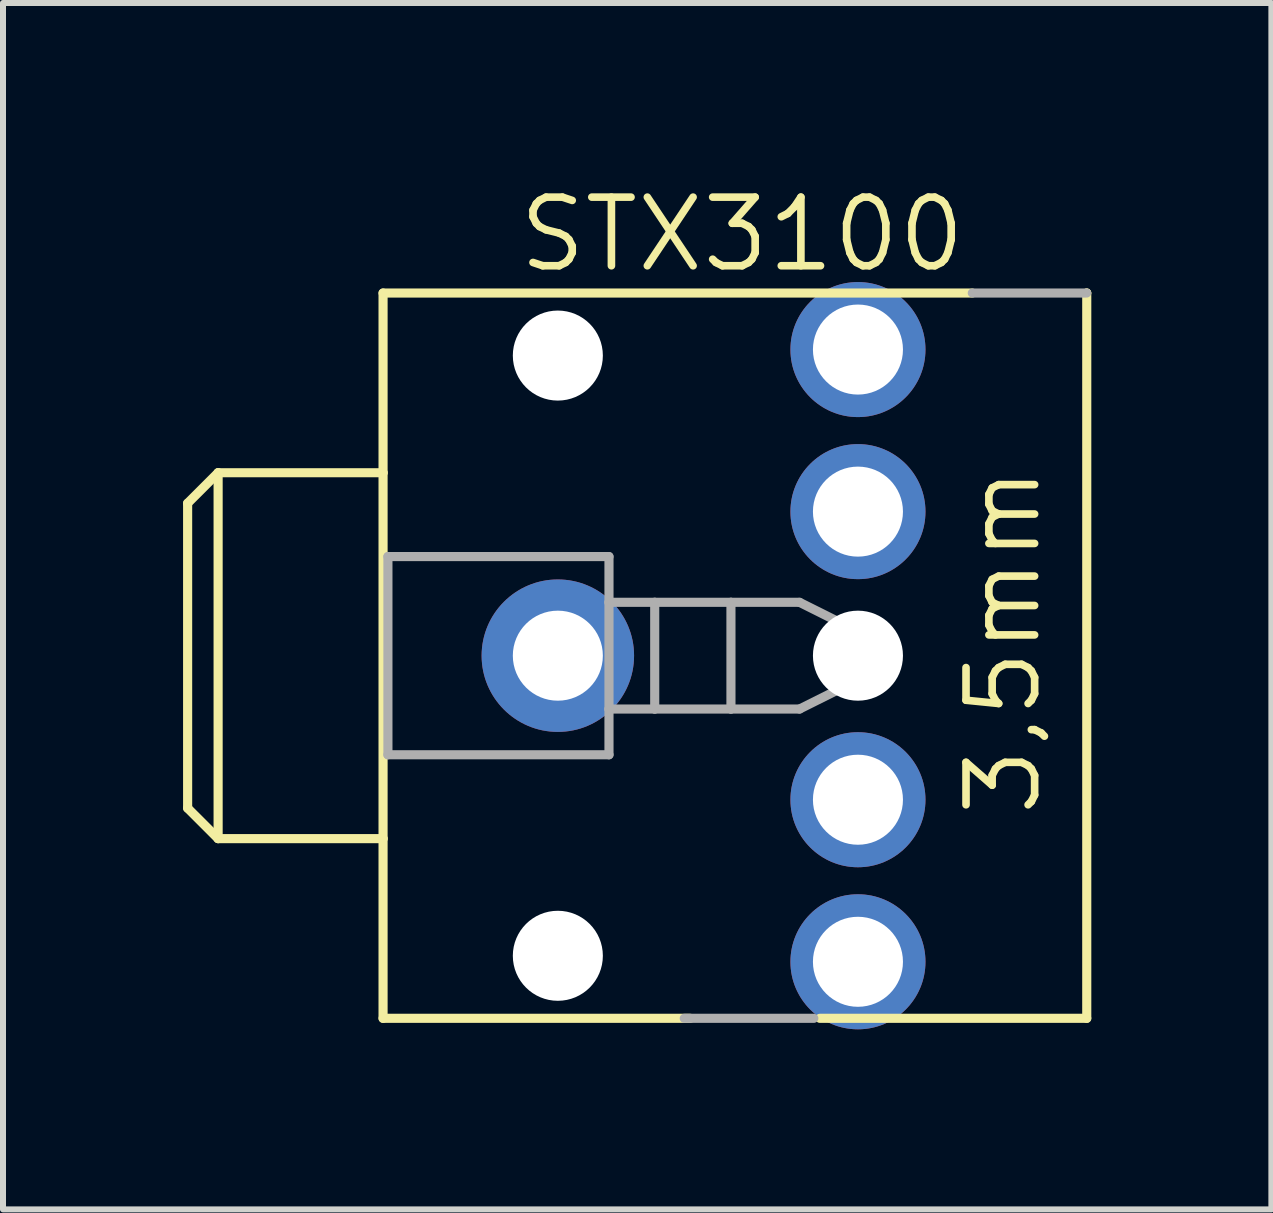
<source format=kicad_pcb>
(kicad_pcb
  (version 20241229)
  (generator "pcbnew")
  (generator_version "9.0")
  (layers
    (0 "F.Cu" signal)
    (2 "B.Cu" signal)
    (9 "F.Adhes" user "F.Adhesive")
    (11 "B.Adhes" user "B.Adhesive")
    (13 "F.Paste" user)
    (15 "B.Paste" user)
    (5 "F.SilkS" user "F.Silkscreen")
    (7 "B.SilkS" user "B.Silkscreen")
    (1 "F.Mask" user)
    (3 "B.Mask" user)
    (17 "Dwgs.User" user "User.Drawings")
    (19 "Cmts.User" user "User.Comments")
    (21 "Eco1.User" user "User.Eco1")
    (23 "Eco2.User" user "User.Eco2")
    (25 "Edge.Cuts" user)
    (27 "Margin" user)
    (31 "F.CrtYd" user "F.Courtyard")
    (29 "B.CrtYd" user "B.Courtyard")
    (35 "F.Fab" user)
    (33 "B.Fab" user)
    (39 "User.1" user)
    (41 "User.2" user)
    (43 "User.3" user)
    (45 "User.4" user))
  (footprint "STX3100"
    (layer "F.Cu")
    (at 3.544 7.774)
    (property "Reference" "STX3100" (at 1.985 -6.25 0) (unlocked yes) (layer "F.SilkS") (effects (font (size 1.143 1.143) (thickness 0.127)) (justify left bottom)))
    (fp_line (start -3.468 2.64) (end -3.468 -2.44) (stroke (width 0.152) (type solid)) (layer "F.SilkS"))
    (fp_line (start -2.96 -2.948) (end -3.468 -2.44) (stroke (width 0.152) (type solid)) (layer "F.SilkS"))
    (fp_line (start -2.96 3.148) (end -3.468 2.64) (stroke (width 0.152) (type solid)) (layer "F.SilkS"))
    (fp_line (start -2.96 3.148) (end -2.96 -2.948) (stroke (width 0.152) (type solid)) (layer "F.SilkS"))
    (fp_line (start -2.96 3.148) (end -0.212 3.148) (stroke (width 0.152) (type solid)) (layer "F.SilkS"))
    (fp_line (start -0.212 -2.948) (end -2.96 -2.948) (stroke (width 0.152) (type solid)) (layer "F.SilkS"))
    (fp_line (start -0.212 -2.948) (end -0.212 -5.942) (stroke (width 0.152) (type solid)) (layer "F.SilkS"))
    (fp_line (start -0.212 3.148) (end -0.212 -2.948) (stroke (width 0.152) (type solid)) (layer "F.SilkS"))
    (fp_line (start -0.212 6.142) (end -0.212 3.148) (stroke (width 0.152) (type solid)) (layer "F.SilkS"))
    (fp_line (start -0.212 6.142) (end 4.906 6.142) (stroke (width 0.152) (type solid)) (layer "F.SilkS"))
    (fp_line (start 7.065 6.142) (end 11.512 6.142) (stroke (width 0.152) (type solid)) (layer "F.SilkS"))
    (fp_line (start 9.605 -5.942) (end -0.212 -5.942) (stroke (width 0.152) (type solid)) (layer "F.SilkS"))
    (fp_line (start 11.512 -5.942) (end 11.51 -5.942) (stroke (width 0.152) (type solid)) (layer "F.SilkS"))
    (fp_line (start 11.512 -5.942) (end 11.512 6.142) (stroke (width 0.152) (type solid)) (layer "F.SilkS"))
    (fp_line (start -0.131 1.751) (end -0.131 -1.551) (stroke (width 0.152) (type solid)) (layer "F.Fab"))
    (fp_line (start -0.131 1.751) (end 3.552 1.751) (stroke (width 0.152) (type solid)) (layer "F.Fab"))
    (fp_line (start 3.552 -1.551) (end -0.131 -1.551) (stroke (width 0.152) (type solid)) (layer "F.Fab"))
    (fp_line (start 3.552 -1.551) (end 3.552 -0.789) (stroke (width 0.152) (type solid)) (layer "F.Fab"))
    (fp_line (start 3.552 -0.789) (end 3.552 0.989) (stroke (width 0.152) (type solid)) (layer "F.Fab"))
    (fp_line (start 3.552 -0.789) (end 4.314 -0.789) (stroke (width 0.152) (type solid)) (layer "F.Fab"))
    (fp_line (start 3.552 0.989) (end 3.552 1.751) (stroke (width 0.152) (type solid)) (layer "F.Fab"))
    (fp_line (start 4.314 -0.789) (end 4.314 0.989) (stroke (width 0.152) (type solid)) (layer "F.Fab"))
    (fp_line (start 4.314 -0.789) (end 5.584 -0.789) (stroke (width 0.152) (type solid)) (layer "F.Fab"))
    (fp_line (start 4.314 0.989) (end 3.552 0.989) (stroke (width 0.152) (type solid)) (layer "F.Fab"))
    (fp_line (start 4.806 6.142) (end 6.965 6.142) (stroke (width 0.152) (type solid)) (layer "F.Fab"))
    (fp_line (start 5.584 -0.789) (end 5.584 0.989) (stroke (width 0.152) (type solid)) (layer "F.Fab"))
    (fp_line (start 5.584 -0.789) (end 6.727 -0.789) (stroke (width 0.152) (type solid)) (layer "F.Fab"))
    (fp_line (start 5.584 0.989) (end 4.314 0.989) (stroke (width 0.152) (type solid)) (layer "F.Fab"))
    (fp_line (start 6.727 0.989) (end 5.584 0.989) (stroke (width 0.152) (type solid)) (layer "F.Fab"))
    (fp_line (start 6.727 0.989) (end 7.489 0.608) (stroke (width 0.152) (type solid)) (layer "F.Fab"))
    (fp_line (start 7.489 -0.408) (end 6.727 -0.789) (stroke (width 0.152) (type solid)) (layer "F.Fab"))
    (fp_line (start 7.489 -0.408) (end 7.489 0.608) (stroke (width 0.152) (type solid)) (layer "F.Fab"))
    (fp_line (start 11.51 -5.942) (end 9.605 -5.942) (stroke (width 0.152) (type solid)) (layer "F.Fab"))
    (fp_text user "3,5mm" (at 10.79 2.831 90) (unlocked yes) (layer "F.SilkS") (effects (font (size 1.143 1.143) (thickness 0.127)) (justify left bottom)))
    (pad "" np_thru_hole circle (at 2.7 -4.9) (size 1.5 1.5) (drill 1.5) (layers "*.Cu" "*.Mask"))
    (pad "" np_thru_hole circle (at 2.7 5.1) (size 1.5 1.5) (drill 1.5) (layers "*.Cu" "*.Mask"))
    (pad "" np_thru_hole circle (at 7.7 0.1) (size 1.5 1.5) (drill 1.5) (layers "*.Cu" "*.Mask"))
    (pad "1" thru_hole circle (at 2.7 0.1) (size 2.54 2.54) (drill 1.5) (layers "*.Cu" "*.Mask"))
    (pad "2" thru_hole circle (at 7.7 -5) (size 2.25 2.25) (drill 1.5) (layers "*.Cu" "*.Mask"))
    (pad "3" thru_hole circle (at 7.7 -2.3) (size 2.25 2.25) (drill 1.5) (layers "*.Cu" "*.Mask"))
    (pad "4" thru_hole circle (at 7.7 2.5) (size 2.25 2.25) (drill 1.5) (layers "*.Cu" "*.Mask"))
    (pad "5" thru_hole circle (at 7.7 5.2) (size 2.25 2.25) (drill 1.5) (layers "*.Cu" "*.Mask")))
  (gr_rect
    (start -3 -3)
    (end 18.132 17.099)
    (stroke (width 0.1) (type default))
    (fill no)
    (layer "Edge.Cuts")))
</source>
